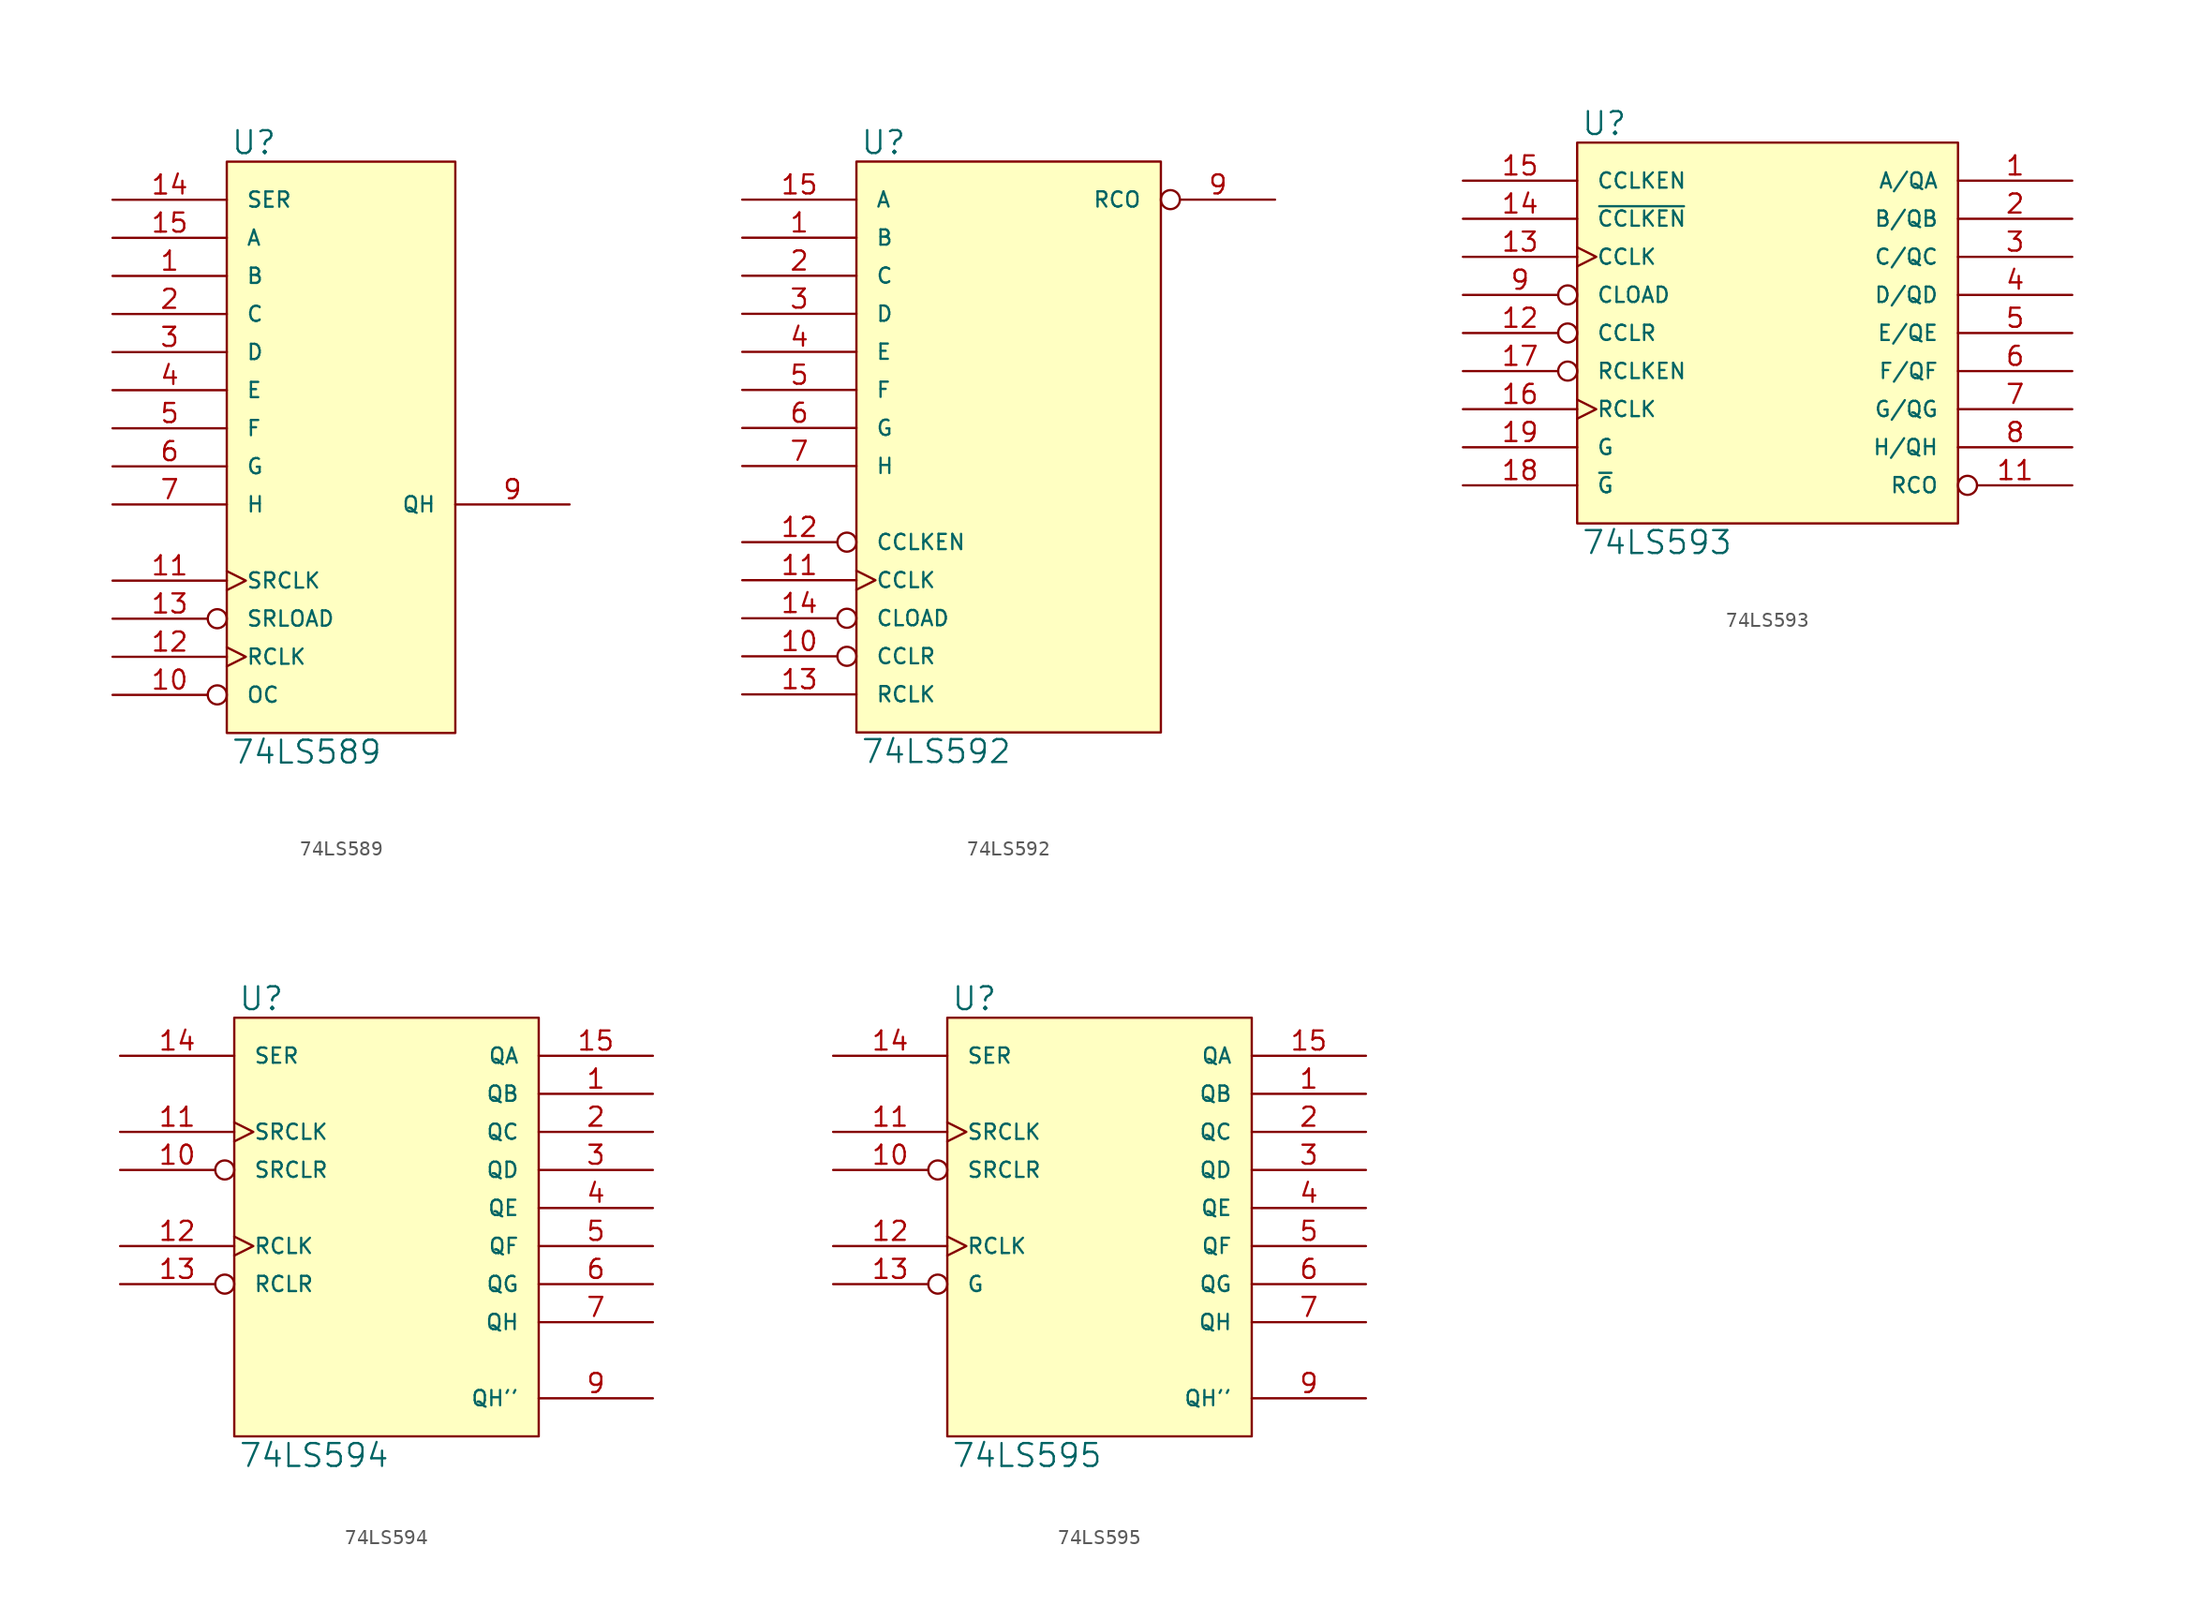
<source format=kicad_sym>
(kicad_symbol_lib
  (version 20231120)
  (generator "kicad_symbol_editor")
  (generator_version "8.0")
  (symbol "74LS589"
    (pin_names
      (offset 1.27))
    (property "Reference" "U"
      (at 0.254 0.381 0)
      (effects (font (size 1.524 1.524)) (justify left bottom)))
    (property "Value" "74LS589"
      (at 0.254 -38.481 0)
      (effects (font (size 1.524 1.524)) (justify left top)))
    (symbol "74LS589_0_1"
      (rectangle (start 0 0) (end 15.24 -38.1) (stroke (width 0) (type solid)) (fill (type background))))
    (symbol "74LS589_1_1"
      (pin input line (at -7.62 -7.62 0) (length 7.62) (name "B" (effects (font (size 1.016 1.016)))) (number "1" (effects (font (size 1.27 1.27)))))
      (pin input inverted (at -7.62 -35.56 0) (length 7.62) (name "OC" (effects (font (size 1.016 1.016)))) (number "10" (effects (font (size 1.27 1.27)))))
      (pin input clock (at -7.62 -27.94 0) (length 7.62) (name "SRCLK" (effects (font (size 1.016 1.016)))) (number "11" (effects (font (size 1.27 1.27)))))
      (pin input clock (at -7.62 -33.02 0) (length 7.62) (name "RCLK" (effects (font (size 1.016 1.016)))) (number "12" (effects (font (size 1.27 1.27)))))
      (pin input inverted (at -7.62 -30.48 0) (length 7.62) (name "SRLOAD" (effects (font (size 1.016 1.016)))) (number "13" (effects (font (size 1.27 1.27)))))
      (pin input line (at -7.62 -2.54 0) (length 7.62) (name "SER" (effects (font (size 1.016 1.016)))) (number "14" (effects (font (size 1.27 1.27)))))
      (pin input line (at -7.62 -5.08 0) (length 7.62) (name "A" (effects (font (size 1.016 1.016)))) (number "15" (effects (font (size 1.27 1.27)))))
      (pin power_in line (at 0 0 270) (length 0) hide (name "VCC" (effects (font (size 1.016 1.016)))) (number "16" (effects (font (size 1.27 1.27)))))
      (pin input line (at -7.62 -10.16 0) (length 7.62) (name "C" (effects (font (size 1.016 1.016)))) (number "2" (effects (font (size 1.27 1.27)))))
      (pin input line (at -7.62 -12.7 0) (length 7.62) (name "D" (effects (font (size 1.016 1.016)))) (number "3" (effects (font (size 1.27 1.27)))))
      (pin input line (at -7.62 -15.24 0) (length 7.62) (name "E" (effects (font (size 1.016 1.016)))) (number "4" (effects (font (size 1.27 1.27)))))
      (pin input line (at -7.62 -17.78 0) (length 7.62) (name "F" (effects (font (size 1.016 1.016)))) (number "5" (effects (font (size 1.27 1.27)))))
      (pin input line (at -7.62 -20.32 0) (length 7.62) (name "G" (effects (font (size 1.016 1.016)))) (number "6" (effects (font (size 1.27 1.27)))))
      (pin input line (at -7.62 -22.86 0) (length 7.62) (name "H" (effects (font (size 1.016 1.016)))) (number "7" (effects (font (size 1.27 1.27)))))
      (pin power_in line (at 0 -38.1 90) (length 0) hide (name "GND" (effects (font (size 1.016 1.016)))) (number "8" (effects (font (size 1.27 1.27)))))
      (pin tri_state line (at 22.86 -22.86 180) (length 7.62) (name "QH" (effects (font (size 1.016 1.016)))) (number "9" (effects (font (size 1.27 1.27)))))))
  (symbol "74LS592"
    (pin_names
      (offset 1.27))
    (property "Reference" "U"
      (at 0.254 0.381 0)
      (effects (font (size 1.524 1.524)) (justify left bottom)))
    (property "Value" "74LS592"
      (at 0.254 -38.481 0)
      (effects (font (size 1.524 1.524)) (justify left top)))
    (symbol "74LS592_0_1"
      (rectangle (start 0 0) (end 20.32 -38.1) (stroke (width 0) (type solid)) (fill (type background))))
    (symbol "74LS592_1_1"
      (pin input line (at -7.62 -5.08 0) (length 7.62) (name "B" (effects (font (size 1.016 1.016)))) (number "1" (effects (font (size 1.27 1.27)))))
      (pin input inverted (at -7.62 -33.02 0) (length 7.62) (name "CCLR" (effects (font (size 1.016 1.016)))) (number "10" (effects (font (size 1.27 1.27)))))
      (pin input clock (at -7.62 -27.94 0) (length 7.62) (name "CCLK" (effects (font (size 1.016 1.016)))) (number "11" (effects (font (size 1.27 1.27)))))
      (pin input inverted (at -7.62 -25.4 0) (length 7.62) (name "CCLKEN" (effects (font (size 1.016 1.016)))) (number "12" (effects (font (size 1.27 1.27)))))
      (pin input line (at -7.62 -35.56 0) (length 7.62) (name "RCLK" (effects (font (size 1.016 1.016)))) (number "13" (effects (font (size 1.27 1.27)))))
      (pin input inverted (at -7.62 -30.48 0) (length 7.62) (name "CLOAD" (effects (font (size 1.016 1.016)))) (number "14" (effects (font (size 1.27 1.27)))))
      (pin input line (at -7.62 -2.54 0) (length 7.62) (name "A" (effects (font (size 1.016 1.016)))) (number "15" (effects (font (size 1.27 1.27)))))
      (pin power_in line (at 0 0 270) (length 0) hide (name "VCC" (effects (font (size 1.016 1.016)))) (number "16" (effects (font (size 1.27 1.27)))))
      (pin input line (at -7.62 -7.62 0) (length 7.62) (name "C" (effects (font (size 1.016 1.016)))) (number "2" (effects (font (size 1.27 1.27)))))
      (pin input line (at -7.62 -10.16 0) (length 7.62) (name "D" (effects (font (size 1.016 1.016)))) (number "3" (effects (font (size 1.27 1.27)))))
      (pin input line (at -7.62 -12.7 0) (length 7.62) (name "E" (effects (font (size 1.016 1.016)))) (number "4" (effects (font (size 1.27 1.27)))))
      (pin input line (at -7.62 -15.24 0) (length 7.62) (name "F" (effects (font (size 1.016 1.016)))) (number "5" (effects (font (size 1.27 1.27)))))
      (pin input line (at -7.62 -17.78 0) (length 7.62) (name "G" (effects (font (size 1.016 1.016)))) (number "6" (effects (font (size 1.27 1.27)))))
      (pin input line (at -7.62 -20.32 0) (length 7.62) (name "H" (effects (font (size 1.016 1.016)))) (number "7" (effects (font (size 1.27 1.27)))))
      (pin power_in line (at 0 -38.1 90) (length 0) hide (name "GND" (effects (font (size 1.016 1.016)))) (number "8" (effects (font (size 1.27 1.27)))))
      (pin output inverted (at 27.94 -2.54 180) (length 7.62) (name "RCO" (effects (font (size 1.016 1.016)))) (number "9" (effects (font (size 1.27 1.27)))))))
  (symbol "74LS593"
    (pin_names
      (offset 1.27))
    (property "Reference" "U"
      (at 0.254 0.381 0)
      (effects (font (size 1.524 1.524)) (justify left bottom)))
    (property "Value" "74LS593"
      (at 0.254 -25.781 0)
      (effects (font (size 1.524 1.524)) (justify left top)))
    (symbol "74LS593_0_1"
      (rectangle (start 0 0) (end 25.4 -25.4) (stroke (width 0) (type solid)) (fill (type background))))
    (symbol "74LS593_1_1"
      (pin bidirectional line (at 33.02 -2.54 180) (length 7.62) (name "A/QA" (effects (font (size 1.016 1.016)))) (number "1" (effects (font (size 1.27 1.27)))))
      (pin power_in line (at 0 -25.4 90) (length 0) hide (name "GND" (effects (font (size 1.016 1.016)))) (number "10" (effects (font (size 1.27 1.27)))))
      (pin output inverted (at 33.02 -22.86 180) (length 7.62) (name "RCO" (effects (font (size 1.016 1.016)))) (number "11" (effects (font (size 1.27 1.27)))))
      (pin input inverted (at -7.62 -12.7 0) (length 7.62) (name "CCLR" (effects (font (size 1.016 1.016)))) (number "12" (effects (font (size 1.27 1.27)))))
      (pin input clock (at -7.62 -7.62 0) (length 7.62) (name "CCLK" (effects (font (size 1.016 1.016)))) (number "13" (effects (font (size 1.27 1.27)))))
      (pin input line (at -7.62 -5.08 0) (length 7.62) (name "~{CCLKEN}" (effects (font (size 1.016 1.016)))) (number "14" (effects (font (size 1.27 1.27)))))
      (pin input line (at -7.62 -2.54 0) (length 7.62) (name "CCLKEN" (effects (font (size 1.016 1.016)))) (number "15" (effects (font (size 1.27 1.27)))))
      (pin input clock (at -7.62 -17.78 0) (length 7.62) (name "RCLK" (effects (font (size 1.016 1.016)))) (number "16" (effects (font (size 1.27 1.27)))))
      (pin input inverted (at -7.62 -15.24 0) (length 7.62) (name "RCLKEN" (effects (font (size 1.016 1.016)))) (number "17" (effects (font (size 1.27 1.27)))))
      (pin input line (at -7.62 -22.86 0) (length 7.62) (name "~{G}" (effects (font (size 1.016 1.016)))) (number "18" (effects (font (size 1.27 1.27)))))
      (pin input line (at -7.62 -20.32 0) (length 7.62) (name "G" (effects (font (size 1.016 1.016)))) (number "19" (effects (font (size 1.27 1.27)))))
      (pin bidirectional line (at 33.02 -5.08 180) (length 7.62) (name "B/QB" (effects (font (size 1.016 1.016)))) (number "2" (effects (font (size 1.27 1.27)))))
      (pin power_in line (at 0 0 270) (length 0) hide (name "VCC" (effects (font (size 1.016 1.016)))) (number "20" (effects (font (size 1.27 1.27)))))
      (pin bidirectional line (at 33.02 -7.62 180) (length 7.62) (name "C/QC" (effects (font (size 1.016 1.016)))) (number "3" (effects (font (size 1.27 1.27)))))
      (pin bidirectional line (at 33.02 -10.16 180) (length 7.62) (name "D/QD" (effects (font (size 1.016 1.016)))) (number "4" (effects (font (size 1.27 1.27)))))
      (pin bidirectional line (at 33.02 -12.7 180) (length 7.62) (name "E/QE" (effects (font (size 1.016 1.016)))) (number "5" (effects (font (size 1.27 1.27)))))
      (pin bidirectional line (at 33.02 -15.24 180) (length 7.62) (name "F/QF" (effects (font (size 1.016 1.016)))) (number "6" (effects (font (size 1.27 1.27)))))
      (pin bidirectional line (at 33.02 -17.78 180) (length 7.62) (name "G/QG" (effects (font (size 1.016 1.016)))) (number "7" (effects (font (size 1.27 1.27)))))
      (pin bidirectional line (at 33.02 -20.32 180) (length 7.62) (name "H/QH" (effects (font (size 1.016 1.016)))) (number "8" (effects (font (size 1.27 1.27)))))
      (pin input inverted (at -7.62 -10.16 0) (length 7.62) (name "CLOAD" (effects (font (size 1.016 1.016)))) (number "9" (effects (font (size 1.27 1.27)))))))
  (symbol "74LS594"
    (pin_names
      (offset 1.27))
    (property "Reference" "U"
      (at 0.254 0.381 0)
      (effects (font (size 1.524 1.524)) (justify left bottom)))
    (property "Value" "74LS594"
      (at 0.254 -28.321 0)
      (effects (font (size 1.524 1.524)) (justify left top)))
    (symbol "74LS594_0_1"
      (rectangle (start 0 0) (end 20.32 -27.94) (stroke (width 0) (type solid)) (fill (type background))))
    (symbol "74LS594_1_1"
      (pin output line (at 27.94 -5.08 180) (length 7.62) (name "QB" (effects (font (size 1.016 1.016)))) (number "1" (effects (font (size 1.27 1.27)))))
      (pin input inverted (at -7.62 -10.16 0) (length 7.62) (name "SRCLR" (effects (font (size 1.016 1.016)))) (number "10" (effects (font (size 1.27 1.27)))))
      (pin input clock (at -7.62 -7.62 0) (length 7.62) (name "SRCLK" (effects (font (size 1.016 1.016)))) (number "11" (effects (font (size 1.27 1.27)))))
      (pin input clock (at -7.62 -15.24 0) (length 7.62) (name "RCLK" (effects (font (size 1.016 1.016)))) (number "12" (effects (font (size 1.27 1.27)))))
      (pin input inverted (at -7.62 -17.78 0) (length 7.62) (name "RCLR" (effects (font (size 1.016 1.016)))) (number "13" (effects (font (size 1.27 1.27)))))
      (pin input line (at -7.62 -2.54 0) (length 7.62) (name "SER" (effects (font (size 1.016 1.016)))) (number "14" (effects (font (size 1.27 1.27)))))
      (pin output line (at 27.94 -2.54 180) (length 7.62) (name "QA" (effects (font (size 1.016 1.016)))) (number "15" (effects (font (size 1.27 1.27)))))
      (pin power_in line (at 0 0 270) (length 0) hide (name "VCC" (effects (font (size 1.016 1.016)))) (number "16" (effects (font (size 1.27 1.27)))))
      (pin output line (at 27.94 -7.62 180) (length 7.62) (name "QC" (effects (font (size 1.016 1.016)))) (number "2" (effects (font (size 1.27 1.27)))))
      (pin output line (at 27.94 -10.16 180) (length 7.62) (name "QD" (effects (font (size 1.016 1.016)))) (number "3" (effects (font (size 1.27 1.27)))))
      (pin output line (at 27.94 -12.7 180) (length 7.62) (name "QE" (effects (font (size 1.016 1.016)))) (number "4" (effects (font (size 1.27 1.27)))))
      (pin output line (at 27.94 -15.24 180) (length 7.62) (name "QF" (effects (font (size 1.016 1.016)))) (number "5" (effects (font (size 1.27 1.27)))))
      (pin output line (at 27.94 -17.78 180) (length 7.62) (name "QG" (effects (font (size 1.016 1.016)))) (number "6" (effects (font (size 1.27 1.27)))))
      (pin output line (at 27.94 -20.32 180) (length 7.62) (name "QH" (effects (font (size 1.016 1.016)))) (number "7" (effects (font (size 1.27 1.27)))))
      (pin power_in line (at 0 -27.94 90) (length 0) hide (name "GND" (effects (font (size 1.016 1.016)))) (number "8" (effects (font (size 1.27 1.27)))))
      (pin output line (at 27.94 -25.4 180) (length 7.62) (name "QH''" (effects (font (size 1.016 1.016)))) (number "9" (effects (font (size 1.27 1.27)))))))
  (symbol "74LS595"
    (pin_names
      (offset 1.27))
    (property "Reference" "U"
      (at 0.254 0.381 0)
      (effects (font (size 1.524 1.524)) (justify left bottom)))
    (property "Value" "74LS595"
      (at 0.254 -28.321 0)
      (effects (font (size 1.524 1.524)) (justify left top)))
    (symbol "74LS595_0_1"
      (rectangle (start 0 0) (end 20.32 -27.94) (stroke (width 0) (type solid)) (fill (type background))))
    (symbol "74LS595_1_1"
      (pin tri_state line (at 27.94 -5.08 180) (length 7.62) (name "QB" (effects (font (size 1.016 1.016)))) (number "1" (effects (font (size 1.27 1.27)))))
      (pin input inverted (at -7.62 -10.16 0) (length 7.62) (name "SRCLR" (effects (font (size 1.016 1.016)))) (number "10" (effects (font (size 1.27 1.27)))))
      (pin input clock (at -7.62 -7.62 0) (length 7.62) (name "SRCLK" (effects (font (size 1.016 1.016)))) (number "11" (effects (font (size 1.27 1.27)))))
      (pin input clock (at -7.62 -15.24 0) (length 7.62) (name "RCLK" (effects (font (size 1.016 1.016)))) (number "12" (effects (font (size 1.27 1.27)))))
      (pin input inverted (at -7.62 -17.78 0) (length 7.62) (name "G" (effects (font (size 1.016 1.016)))) (number "13" (effects (font (size 1.27 1.27)))))
      (pin input line (at -7.62 -2.54 0) (length 7.62) (name "SER" (effects (font (size 1.016 1.016)))) (number "14" (effects (font (size 1.27 1.27)))))
      (pin tri_state line (at 27.94 -2.54 180) (length 7.62) (name "QA" (effects (font (size 1.016 1.016)))) (number "15" (effects (font (size 1.27 1.27)))))
      (pin power_in line (at 0 0 270) (length 0) hide (name "VCC" (effects (font (size 1.016 1.016)))) (number "16" (effects (font (size 1.27 1.27)))))
      (pin tri_state line (at 27.94 -7.62 180) (length 7.62) (name "QC" (effects (font (size 1.016 1.016)))) (number "2" (effects (font (size 1.27 1.27)))))
      (pin tri_state line (at 27.94 -10.16 180) (length 7.62) (name "QD" (effects (font (size 1.016 1.016)))) (number "3" (effects (font (size 1.27 1.27)))))
      (pin tri_state line (at 27.94 -12.7 180) (length 7.62) (name "QE" (effects (font (size 1.016 1.016)))) (number "4" (effects (font (size 1.27 1.27)))))
      (pin tri_state line (at 27.94 -15.24 180) (length 7.62) (name "QF" (effects (font (size 1.016 1.016)))) (number "5" (effects (font (size 1.27 1.27)))))
      (pin tri_state line (at 27.94 -17.78 180) (length 7.62) (name "QG" (effects (font (size 1.016 1.016)))) (number "6" (effects (font (size 1.27 1.27)))))
      (pin tri_state line (at 27.94 -20.32 180) (length 7.62) (name "QH" (effects (font (size 1.016 1.016)))) (number "7" (effects (font (size 1.27 1.27)))))
      (pin power_in line (at 0 -27.94 90) (length 0) hide (name "GND" (effects (font (size 1.016 1.016)))) (number "8" (effects (font (size 1.27 1.27)))))
      (pin output line (at 27.94 -25.4 180) (length 7.62) (name "QH''" (effects (font (size 1.016 1.016)))) (number "9" (effects (font (size 1.27 1.27))))))))
</source>
